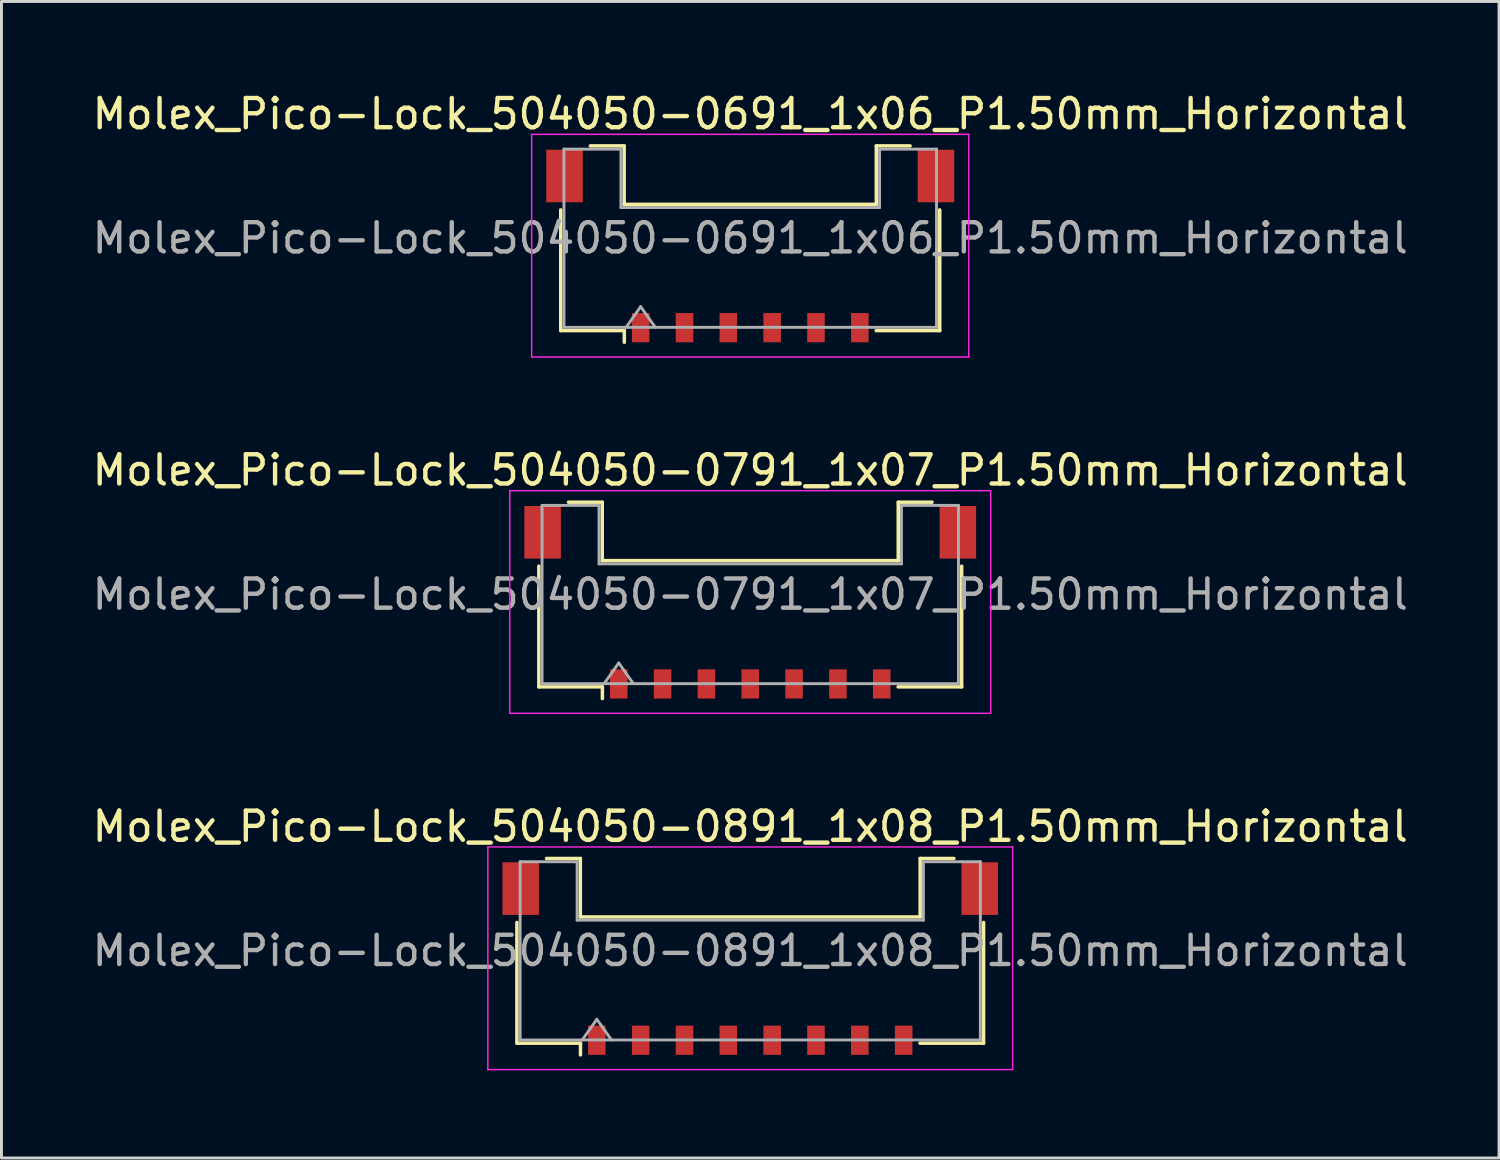
<source format=kicad_pcb>
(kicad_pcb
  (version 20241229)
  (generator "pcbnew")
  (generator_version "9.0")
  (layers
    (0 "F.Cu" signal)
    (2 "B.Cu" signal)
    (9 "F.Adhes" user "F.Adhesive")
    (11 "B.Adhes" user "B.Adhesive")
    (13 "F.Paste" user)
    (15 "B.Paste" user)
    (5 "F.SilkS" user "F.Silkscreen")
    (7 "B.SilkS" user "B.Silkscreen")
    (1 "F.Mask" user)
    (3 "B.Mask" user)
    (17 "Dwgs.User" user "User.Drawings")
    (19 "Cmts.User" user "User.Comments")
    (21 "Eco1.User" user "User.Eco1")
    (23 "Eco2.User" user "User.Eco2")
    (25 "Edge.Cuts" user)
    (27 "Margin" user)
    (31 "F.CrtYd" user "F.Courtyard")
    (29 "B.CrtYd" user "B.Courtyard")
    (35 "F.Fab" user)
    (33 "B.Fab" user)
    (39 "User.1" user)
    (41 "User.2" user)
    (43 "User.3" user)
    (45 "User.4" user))
  (footprint "Molex_Pico-Lock_504050-0891_1x08_P1.50mm_Horizontal"
    (layer "F.Cu")
    (at 22.625 29.755)
    (property "Reference" "Molex_Pico-Lock_504050-0891_1x08_P1.50mm_Horizontal" (at 0 -4.52 0) (layer "F.SilkS") (effects (font (size 1 1) (thickness 0.15))))
    (attr smd)
    (fp_line (start -7.985 -1.235) (end -7.985 2.895) (stroke (width 0.12) (type solid)) (layer "F.SilkS"))
    (fp_line (start -7.985 2.895) (end -5.81 2.895) (stroke (width 0.12) (type solid)) (layer "F.SilkS"))
    (fp_line (start -6.97 -3.425) (end -5.815 -3.425) (stroke (width 0.12) (type solid)) (layer "F.SilkS"))
    (fp_line (start -5.815 -3.425) (end -5.815 -1.425) (stroke (width 0.12) (type solid)) (layer "F.SilkS"))
    (fp_line (start -5.815 -1.425) (end 5.815 -1.425) (stroke (width 0.12) (type solid)) (layer "F.SilkS"))
    (fp_line (start -5.81 2.895) (end -5.81 3.295) (stroke (width 0.12) (type solid)) (layer "F.SilkS"))
    (fp_line (start 5.815 -3.425) (end 6.97 -3.425) (stroke (width 0.12) (type solid)) (layer "F.SilkS"))
    (fp_line (start 5.815 -1.425) (end 5.815 -3.425) (stroke (width 0.12) (type solid)) (layer "F.SilkS"))
    (fp_line (start 7.985 -1.235) (end 7.985 2.895) (stroke (width 0.12) (type solid)) (layer "F.SilkS"))
    (fp_line (start 7.985 2.895) (end 5.81 2.895) (stroke (width 0.12) (type solid)) (layer "F.SilkS"))
    (fp_line (start -8.98 -3.82) (end -8.98 3.8) (stroke (width 0.05) (type solid)) (layer "F.CrtYd"))
    (fp_line (start -8.98 3.8) (end 8.98 3.8) (stroke (width 0.05) (type solid)) (layer "F.CrtYd"))
    (fp_line (start 8.98 -3.82) (end -8.98 -3.82) (stroke (width 0.05) (type solid)) (layer "F.CrtYd"))
    (fp_line (start 8.98 3.8) (end 8.98 -3.82) (stroke (width 0.05) (type solid)) (layer "F.CrtYd"))
    (fp_line (start -7.875 -3.315) (end -5.925 -3.315) (stroke (width 0.1) (type solid)) (layer "F.Fab"))
    (fp_line (start -7.875 2.785) (end -7.875 -3.315) (stroke (width 0.1) (type solid)) (layer "F.Fab"))
    (fp_line (start -7.875 2.785) (end 7.875 2.785) (stroke (width 0.1) (type solid)) (layer "F.Fab"))
    (fp_line (start -5.925 -3.315) (end -5.925 -1.315) (stroke (width 0.1) (type solid)) (layer "F.Fab"))
    (fp_line (start -5.925 -1.315) (end 5.925 -1.315) (stroke (width 0.1) (type solid)) (layer "F.Fab"))
    (fp_line (start -5.75 2.785) (end -5.25 2.078) (stroke (width 0.1) (type solid)) (layer "F.Fab"))
    (fp_line (start -5.25 2.078) (end -4.75 2.785) (stroke (width 0.1) (type solid)) (layer "F.Fab"))
    (fp_line (start 5.925 -3.315) (end 7.875 -3.315) (stroke (width 0.1) (type solid)) (layer "F.Fab"))
    (fp_line (start 5.925 -1.315) (end 5.925 -3.315) (stroke (width 0.1) (type solid)) (layer "F.Fab"))
    (fp_line (start 7.875 2.785) (end 7.875 -3.315) (stroke (width 0.1) (type solid)) (layer "F.Fab"))
    (fp_text user "${REFERENCE}" (at 0 -0.27 0) (layer "F.Fab") (effects (font (size 1 1) (thickness 0.15))))
    (pad "" smd rect (at -7.855 -2.395) (size 1.25 1.8) (layers "F.Cu" "F.Mask" "F.Paste"))
    (pad "" smd rect (at 7.855 -2.395) (size 1.25 1.8) (layers "F.Cu" "F.Mask" "F.Paste"))
    (pad "1" smd rect (at -5.25 2.795) (size 0.6 1) (layers "F.Cu" "F.Mask" "F.Paste"))
    (pad "2" smd rect (at -3.75 2.795) (size 0.6 1) (layers "F.Cu" "F.Mask" "F.Paste"))
    (pad "3" smd rect (at -2.25 2.795) (size 0.6 1) (layers "F.Cu" "F.Mask" "F.Paste"))
    (pad "4" smd rect (at -0.75 2.795) (size 0.6 1) (layers "F.Cu" "F.Mask" "F.Paste"))
    (pad "5" smd rect (at 0.75 2.795) (size 0.6 1) (layers "F.Cu" "F.Mask" "F.Paste"))
    (pad "6" smd rect (at 2.25 2.795) (size 0.6 1) (layers "F.Cu" "F.Mask" "F.Paste"))
    (pad "7" smd rect (at 3.75 2.795) (size 0.6 1) (layers "F.Cu" "F.Mask" "F.Paste"))
    (pad "8" smd rect (at 5.25 2.795) (size 0.6 1) (layers "F.Cu" "F.Mask" "F.Paste")))
  (footprint "Molex_Pico-Lock_504050-0791_1x07_P1.50mm_Horizontal"
    (layer "F.Cu")
    (at 22.625 17.561)
    (property "Reference" "Molex_Pico-Lock_504050-0791_1x07_P1.50mm_Horizontal" (at 0 -4.52 0) (layer "F.SilkS") (effects (font (size 1 1) (thickness 0.15))))
    (attr smd)
    (fp_line (start -7.235 -1.235) (end -7.235 2.895) (stroke (width 0.12) (type solid)) (layer "F.SilkS"))
    (fp_line (start -7.235 2.895) (end -5.06 2.895) (stroke (width 0.12) (type solid)) (layer "F.SilkS"))
    (fp_line (start -6.22 -3.425) (end -5.065 -3.425) (stroke (width 0.12) (type solid)) (layer "F.SilkS"))
    (fp_line (start -5.065 -3.425) (end -5.065 -1.425) (stroke (width 0.12) (type solid)) (layer "F.SilkS"))
    (fp_line (start -5.065 -1.425) (end 5.065 -1.425) (stroke (width 0.12) (type solid)) (layer "F.SilkS"))
    (fp_line (start -5.06 2.895) (end -5.06 3.295) (stroke (width 0.12) (type solid)) (layer "F.SilkS"))
    (fp_line (start 5.065 -3.425) (end 6.22 -3.425) (stroke (width 0.12) (type solid)) (layer "F.SilkS"))
    (fp_line (start 5.065 -1.425) (end 5.065 -3.425) (stroke (width 0.12) (type solid)) (layer "F.SilkS"))
    (fp_line (start 7.235 -1.235) (end 7.235 2.895) (stroke (width 0.12) (type solid)) (layer "F.SilkS"))
    (fp_line (start 7.235 2.895) (end 5.06 2.895) (stroke (width 0.12) (type solid)) (layer "F.SilkS"))
    (fp_line (start -8.23 -3.82) (end -8.23 3.8) (stroke (width 0.05) (type solid)) (layer "F.CrtYd"))
    (fp_line (start -8.23 3.8) (end 8.23 3.8) (stroke (width 0.05) (type solid)) (layer "F.CrtYd"))
    (fp_line (start 8.23 -3.82) (end -8.23 -3.82) (stroke (width 0.05) (type solid)) (layer "F.CrtYd"))
    (fp_line (start 8.23 3.8) (end 8.23 -3.82) (stroke (width 0.05) (type solid)) (layer "F.CrtYd"))
    (fp_line (start -7.125 -3.315) (end -5.175 -3.315) (stroke (width 0.1) (type solid)) (layer "F.Fab"))
    (fp_line (start -7.125 2.785) (end -7.125 -3.315) (stroke (width 0.1) (type solid)) (layer "F.Fab"))
    (fp_line (start -7.125 2.785) (end 7.125 2.785) (stroke (width 0.1) (type solid)) (layer "F.Fab"))
    (fp_line (start -5.175 -3.315) (end -5.175 -1.315) (stroke (width 0.1) (type solid)) (layer "F.Fab"))
    (fp_line (start -5.175 -1.315) (end 5.175 -1.315) (stroke (width 0.1) (type solid)) (layer "F.Fab"))
    (fp_line (start -5 2.785) (end -4.5 2.078) (stroke (width 0.1) (type solid)) (layer "F.Fab"))
    (fp_line (start -4.5 2.078) (end -4 2.785) (stroke (width 0.1) (type solid)) (layer "F.Fab"))
    (fp_line (start 5.175 -3.315) (end 7.125 -3.315) (stroke (width 0.1) (type solid)) (layer "F.Fab"))
    (fp_line (start 5.175 -1.315) (end 5.175 -3.315) (stroke (width 0.1) (type solid)) (layer "F.Fab"))
    (fp_line (start 7.125 2.785) (end 7.125 -3.315) (stroke (width 0.1) (type solid)) (layer "F.Fab"))
    (fp_text user "${REFERENCE}" (at 0 -0.27 0) (layer "F.Fab") (effects (font (size 1 1) (thickness 0.15))))
    (pad "" smd rect (at -7.105 -2.395) (size 1.25 1.8) (layers "F.Cu" "F.Mask" "F.Paste"))
    (pad "" smd rect (at 7.105 -2.395) (size 1.25 1.8) (layers "F.Cu" "F.Mask" "F.Paste"))
    (pad "1" smd rect (at -4.5 2.795) (size 0.6 1) (layers "F.Cu" "F.Mask" "F.Paste"))
    (pad "2" smd rect (at -3 2.795) (size 0.6 1) (layers "F.Cu" "F.Mask" "F.Paste"))
    (pad "3" smd rect (at -1.5 2.795) (size 0.6 1) (layers "F.Cu" "F.Mask" "F.Paste"))
    (pad "4" smd rect (at 0 2.795) (size 0.6 1) (layers "F.Cu" "F.Mask" "F.Paste"))
    (pad "5" smd rect (at 1.5 2.795) (size 0.6 1) (layers "F.Cu" "F.Mask" "F.Paste"))
    (pad "6" smd rect (at 3 2.795) (size 0.6 1) (layers "F.Cu" "F.Mask" "F.Paste"))
    (pad "7" smd rect (at 4.5 2.795) (size 0.6 1) (layers "F.Cu" "F.Mask" "F.Paste")))
  (footprint "Molex_Pico-Lock_504050-0691_1x06_P1.50mm_Horizontal"
    (layer "F.Cu")
    (at 22.625 5.368)
    (property "Reference" "Molex_Pico-Lock_504050-0691_1x06_P1.50mm_Horizontal" (at 0 -4.52 0) (layer "F.SilkS") (effects (font (size 1 1) (thickness 0.15))))
    (attr smd)
    (fp_line (start -6.485 -1.235) (end -6.485 2.895) (stroke (width 0.12) (type solid)) (layer "F.SilkS"))
    (fp_line (start -6.485 2.895) (end -4.31 2.895) (stroke (width 0.12) (type solid)) (layer "F.SilkS"))
    (fp_line (start -5.47 -3.425) (end -4.315 -3.425) (stroke (width 0.12) (type solid)) (layer "F.SilkS"))
    (fp_line (start -4.315 -3.425) (end -4.315 -1.425) (stroke (width 0.12) (type solid)) (layer "F.SilkS"))
    (fp_line (start -4.315 -1.425) (end 4.315 -1.425) (stroke (width 0.12) (type solid)) (layer "F.SilkS"))
    (fp_line (start -4.31 2.895) (end -4.31 3.295) (stroke (width 0.12) (type solid)) (layer "F.SilkS"))
    (fp_line (start 4.315 -3.425) (end 5.47 -3.425) (stroke (width 0.12) (type solid)) (layer "F.SilkS"))
    (fp_line (start 4.315 -1.425) (end 4.315 -3.425) (stroke (width 0.12) (type solid)) (layer "F.SilkS"))
    (fp_line (start 6.485 -1.235) (end 6.485 2.895) (stroke (width 0.12) (type solid)) (layer "F.SilkS"))
    (fp_line (start 6.485 2.895) (end 4.31 2.895) (stroke (width 0.12) (type solid)) (layer "F.SilkS"))
    (fp_line (start -7.48 -3.82) (end -7.48 3.8) (stroke (width 0.05) (type solid)) (layer "F.CrtYd"))
    (fp_line (start -7.48 3.8) (end 7.48 3.8) (stroke (width 0.05) (type solid)) (layer "F.CrtYd"))
    (fp_line (start 7.48 -3.82) (end -7.48 -3.82) (stroke (width 0.05) (type solid)) (layer "F.CrtYd"))
    (fp_line (start 7.48 3.8) (end 7.48 -3.82) (stroke (width 0.05) (type solid)) (layer "F.CrtYd"))
    (fp_line (start -6.375 -3.315) (end -4.425 -3.315) (stroke (width 0.1) (type solid)) (layer "F.Fab"))
    (fp_line (start -6.375 2.785) (end -6.375 -3.315) (stroke (width 0.1) (type solid)) (layer "F.Fab"))
    (fp_line (start -6.375 2.785) (end 6.375 2.785) (stroke (width 0.1) (type solid)) (layer "F.Fab"))
    (fp_line (start -4.425 -3.315) (end -4.425 -1.315) (stroke (width 0.1) (type solid)) (layer "F.Fab"))
    (fp_line (start -4.425 -1.315) (end 4.425 -1.315) (stroke (width 0.1) (type solid)) (layer "F.Fab"))
    (fp_line (start -4.25 2.785) (end -3.75 2.078) (stroke (width 0.1) (type solid)) (layer "F.Fab"))
    (fp_line (start -3.75 2.078) (end -3.25 2.785) (stroke (width 0.1) (type solid)) (layer "F.Fab"))
    (fp_line (start 4.425 -3.315) (end 6.375 -3.315) (stroke (width 0.1) (type solid)) (layer "F.Fab"))
    (fp_line (start 4.425 -1.315) (end 4.425 -3.315) (stroke (width 0.1) (type solid)) (layer "F.Fab"))
    (fp_line (start 6.375 2.785) (end 6.375 -3.315) (stroke (width 0.1) (type solid)) (layer "F.Fab"))
    (fp_text user "${REFERENCE}" (at 0 -0.27 0) (layer "F.Fab") (effects (font (size 1 1) (thickness 0.15))))
    (pad "" smd rect (at -6.355 -2.395) (size 1.25 1.8) (layers "F.Cu" "F.Mask" "F.Paste"))
    (pad "" smd rect (at 6.355 -2.395) (size 1.25 1.8) (layers "F.Cu" "F.Mask" "F.Paste"))
    (pad "1" smd rect (at -3.75 2.795) (size 0.6 1) (layers "F.Cu" "F.Mask" "F.Paste"))
    (pad "2" smd rect (at -2.25 2.795) (size 0.6 1) (layers "F.Cu" "F.Mask" "F.Paste"))
    (pad "3" smd rect (at -0.75 2.795) (size 0.6 1) (layers "F.Cu" "F.Mask" "F.Paste"))
    (pad "4" smd rect (at 0.75 2.795) (size 0.6 1) (layers "F.Cu" "F.Mask" "F.Paste"))
    (pad "5" smd rect (at 2.25 2.795) (size 0.6 1) (layers "F.Cu" "F.Mask" "F.Paste"))
    (pad "6" smd rect (at 3.75 2.795) (size 0.6 1) (layers "F.Cu" "F.Mask" "F.Paste")))
  (gr_rect
    (start -3 -3)
    (end 48.25 36.58)
    (stroke (width 0.1) (type default))
    (fill no)
    (layer "Edge.Cuts")))
</source>
